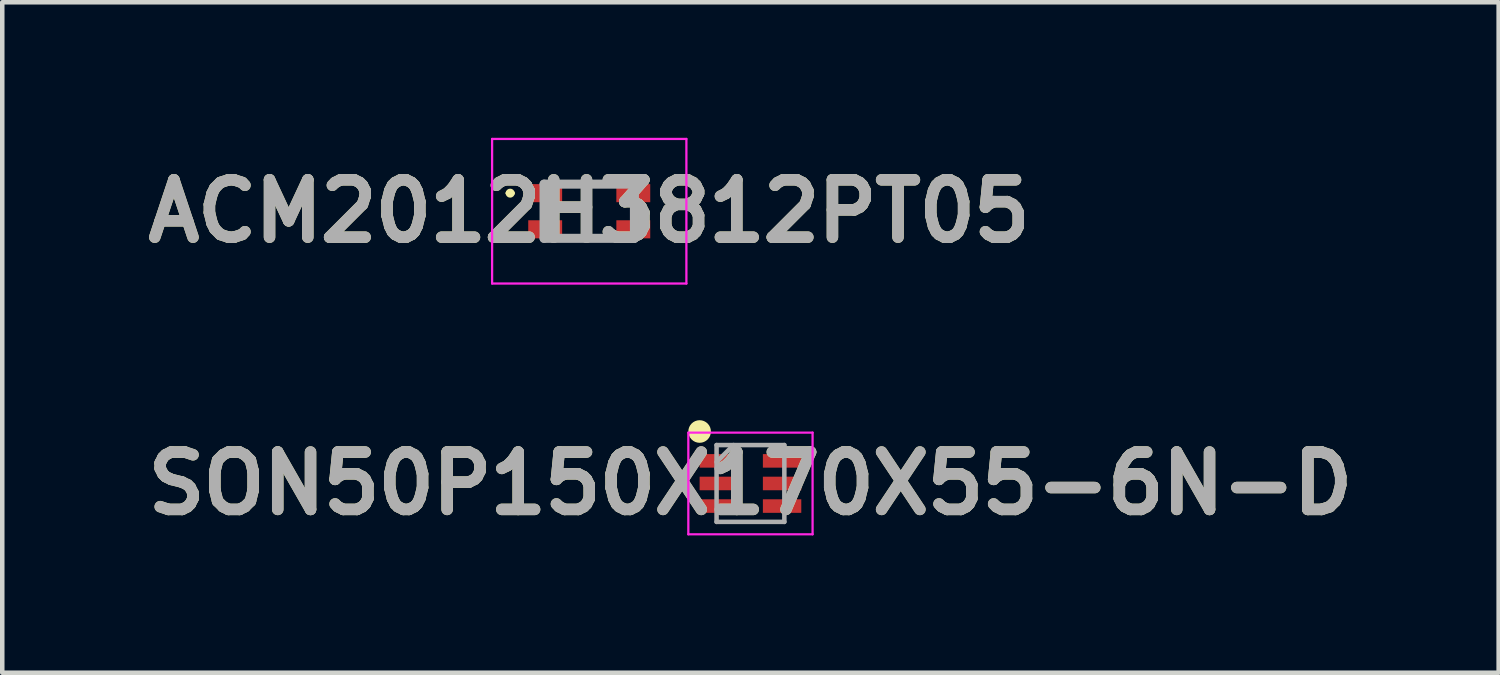
<source format=kicad_pcb>
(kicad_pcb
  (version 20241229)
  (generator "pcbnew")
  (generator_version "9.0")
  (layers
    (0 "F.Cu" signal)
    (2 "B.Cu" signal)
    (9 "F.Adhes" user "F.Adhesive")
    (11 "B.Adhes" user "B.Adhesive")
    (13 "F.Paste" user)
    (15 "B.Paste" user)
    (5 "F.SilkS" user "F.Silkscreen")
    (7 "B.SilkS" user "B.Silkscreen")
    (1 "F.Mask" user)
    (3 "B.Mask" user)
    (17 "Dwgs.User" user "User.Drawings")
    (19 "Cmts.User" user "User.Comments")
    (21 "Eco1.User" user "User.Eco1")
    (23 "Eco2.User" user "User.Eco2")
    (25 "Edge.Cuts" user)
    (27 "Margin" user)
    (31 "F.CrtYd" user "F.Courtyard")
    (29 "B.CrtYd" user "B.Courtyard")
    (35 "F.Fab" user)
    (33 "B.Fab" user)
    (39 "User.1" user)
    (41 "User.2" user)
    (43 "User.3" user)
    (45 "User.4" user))
  (footprint "SON50P150X170X55-6N-D"
    (layer "F.Cu")
    (at 13.559 7.65)
    (property "Reference" "SON50P150X170X55-6N-D" (at 0 0 0) (layer "F.SilkS") (effects (font (size 1.27 1.27) (thickness 0.254))))
    (attr smd)
    (fp_circle (center -1.125 -1.15) (end -1.125 -1.025) (stroke (width 0.25) (type solid)) (fill no) (layer "F.SilkS"))
    (fp_line (start -1.375 -1.125) (end 1.375 -1.125) (stroke (width 0.05) (type solid)) (layer "F.CrtYd"))
    (fp_line (start -1.375 1.125) (end -1.375 -1.125) (stroke (width 0.05) (type solid)) (layer "F.CrtYd"))
    (fp_line (start 1.375 -1.125) (end 1.375 1.125) (stroke (width 0.05) (type solid)) (layer "F.CrtYd"))
    (fp_line (start 1.375 1.125) (end -1.375 1.125) (stroke (width 0.05) (type solid)) (layer "F.CrtYd"))
    (fp_line (start -0.75 -0.85) (end 0.75 -0.85) (stroke (width 0.1) (type solid)) (layer "F.Fab"))
    (fp_line (start -0.75 -0.475) (end -0.375 -0.85) (stroke (width 0.1) (type solid)) (layer "F.Fab"))
    (fp_line (start -0.75 0.85) (end -0.75 -0.85) (stroke (width 0.1) (type solid)) (layer "F.Fab"))
    (fp_line (start 0.75 -0.85) (end 0.75 0.85) (stroke (width 0.1) (type solid)) (layer "F.Fab"))
    (fp_line (start 0.75 0.85) (end -0.75 0.85) (stroke (width 0.1) (type solid)) (layer "F.Fab"))
    (fp_text user "${REFERENCE}" (at 0 0 0) (layer "F.Fab") (effects (font (size 1.27 1.27) (thickness 0.254))))
    (pad "1" smd rect (at -0.7 -0.5 90) (size 0.3 0.85) (layers "F.Cu" "F.Mask" "F.Paste"))
    (pad "2" smd rect (at -0.7 0 90) (size 0.3 0.85) (layers "F.Cu" "F.Mask" "F.Paste"))
    (pad "3" smd rect (at -0.7 0.5 90) (size 0.3 0.85) (layers "F.Cu" "F.Mask" "F.Paste"))
    (pad "4" smd rect (at 0.7 0.5 90) (size 0.3 0.85) (layers "F.Cu" "F.Mask" "F.Paste"))
    (pad "5" smd rect (at 0.7 0 90) (size 0.3 0.85) (layers "F.Cu" "F.Mask" "F.Paste"))
    (pad "6" smd rect (at 0.7 -0.5 90) (size 0.3 0.85) (layers "F.Cu" "F.Mask" "F.Paste")))
  (footprint "ACM2012H3812PT05"
    (layer "F.Cu")
    (at 9.991 1.625)
    (property "Reference" "ACM2012H3812PT05" (at 0 0 0) (layer "F.SilkS") (effects (font (size 1.27 1.27) (thickness 0.254))))
    (attr smd)
    (fp_line (start -1.8 -0.4) (end -1.8 -0.4) (stroke (width 0.1) (type solid)) (layer "F.SilkS"))
    (fp_line (start -1.7 -0.4) (end -1.7 -0.4) (stroke (width 0.1) (type solid)) (layer "F.SilkS"))
    (fp_arc (start -1.8 -0.4) (mid -1.75 -0.45) (end -1.7 -0.4) (stroke (width 0.1) (type solid)) (layer "F.SilkS"))
    (fp_arc (start -1.7 -0.4) (mid -1.75 -0.35) (end -1.8 -0.4) (stroke (width 0.1) (type solid)) (layer "F.SilkS"))
    (fp_line (start -2.15 -1.6) (end 2.15 -1.6) (stroke (width 0.05) (type solid)) (layer "F.CrtYd"))
    (fp_line (start -2.15 1.6) (end -2.15 -1.6) (stroke (width 0.05) (type solid)) (layer "F.CrtYd"))
    (fp_line (start 2.15 -1.6) (end 2.15 1.6) (stroke (width 0.05) (type solid)) (layer "F.CrtYd"))
    (fp_line (start 2.15 1.6) (end -2.15 1.6) (stroke (width 0.05) (type solid)) (layer "F.CrtYd"))
    (fp_line (start -1 -0.6) (end 1 -0.6) (stroke (width 0.2) (type solid)) (layer "F.Fab"))
    (fp_line (start -1 0.6) (end -1 -0.6) (stroke (width 0.2) (type solid)) (layer "F.Fab"))
    (fp_line (start 1 -0.6) (end 1 0.6) (stroke (width 0.2) (type solid)) (layer "F.Fab"))
    (fp_line (start 1 0.6) (end -1 0.6) (stroke (width 0.2) (type solid)) (layer "F.Fab"))
    (fp_text user "${REFERENCE}" (at 0 0 0) (layer "F.Fab") (effects (font (size 1.27 1.27) (thickness 0.254))))
    (pad "1" smd rect (at -0.975 -0.4 90) (size 0.4 0.75) (layers "F.Cu" "F.Mask" "F.Paste"))
    (pad "2" smd rect (at -0.975 0.4 90) (size 0.4 0.75) (layers "F.Cu" "F.Mask" "F.Paste"))
    (pad "3" smd rect (at 0.975 0.4 90) (size 0.4 0.75) (layers "F.Cu" "F.Mask" "F.Paste"))
    (pad "4" smd rect (at 0.975 -0.4 90) (size 0.4 0.75) (layers "F.Cu" "F.Mask" "F.Paste")))
  (gr_rect
    (start -3 -3)
    (end 30.118 11.839)
    (stroke (width 0.1) (type default))
    (fill no)
    (layer "Edge.Cuts")))
</source>
